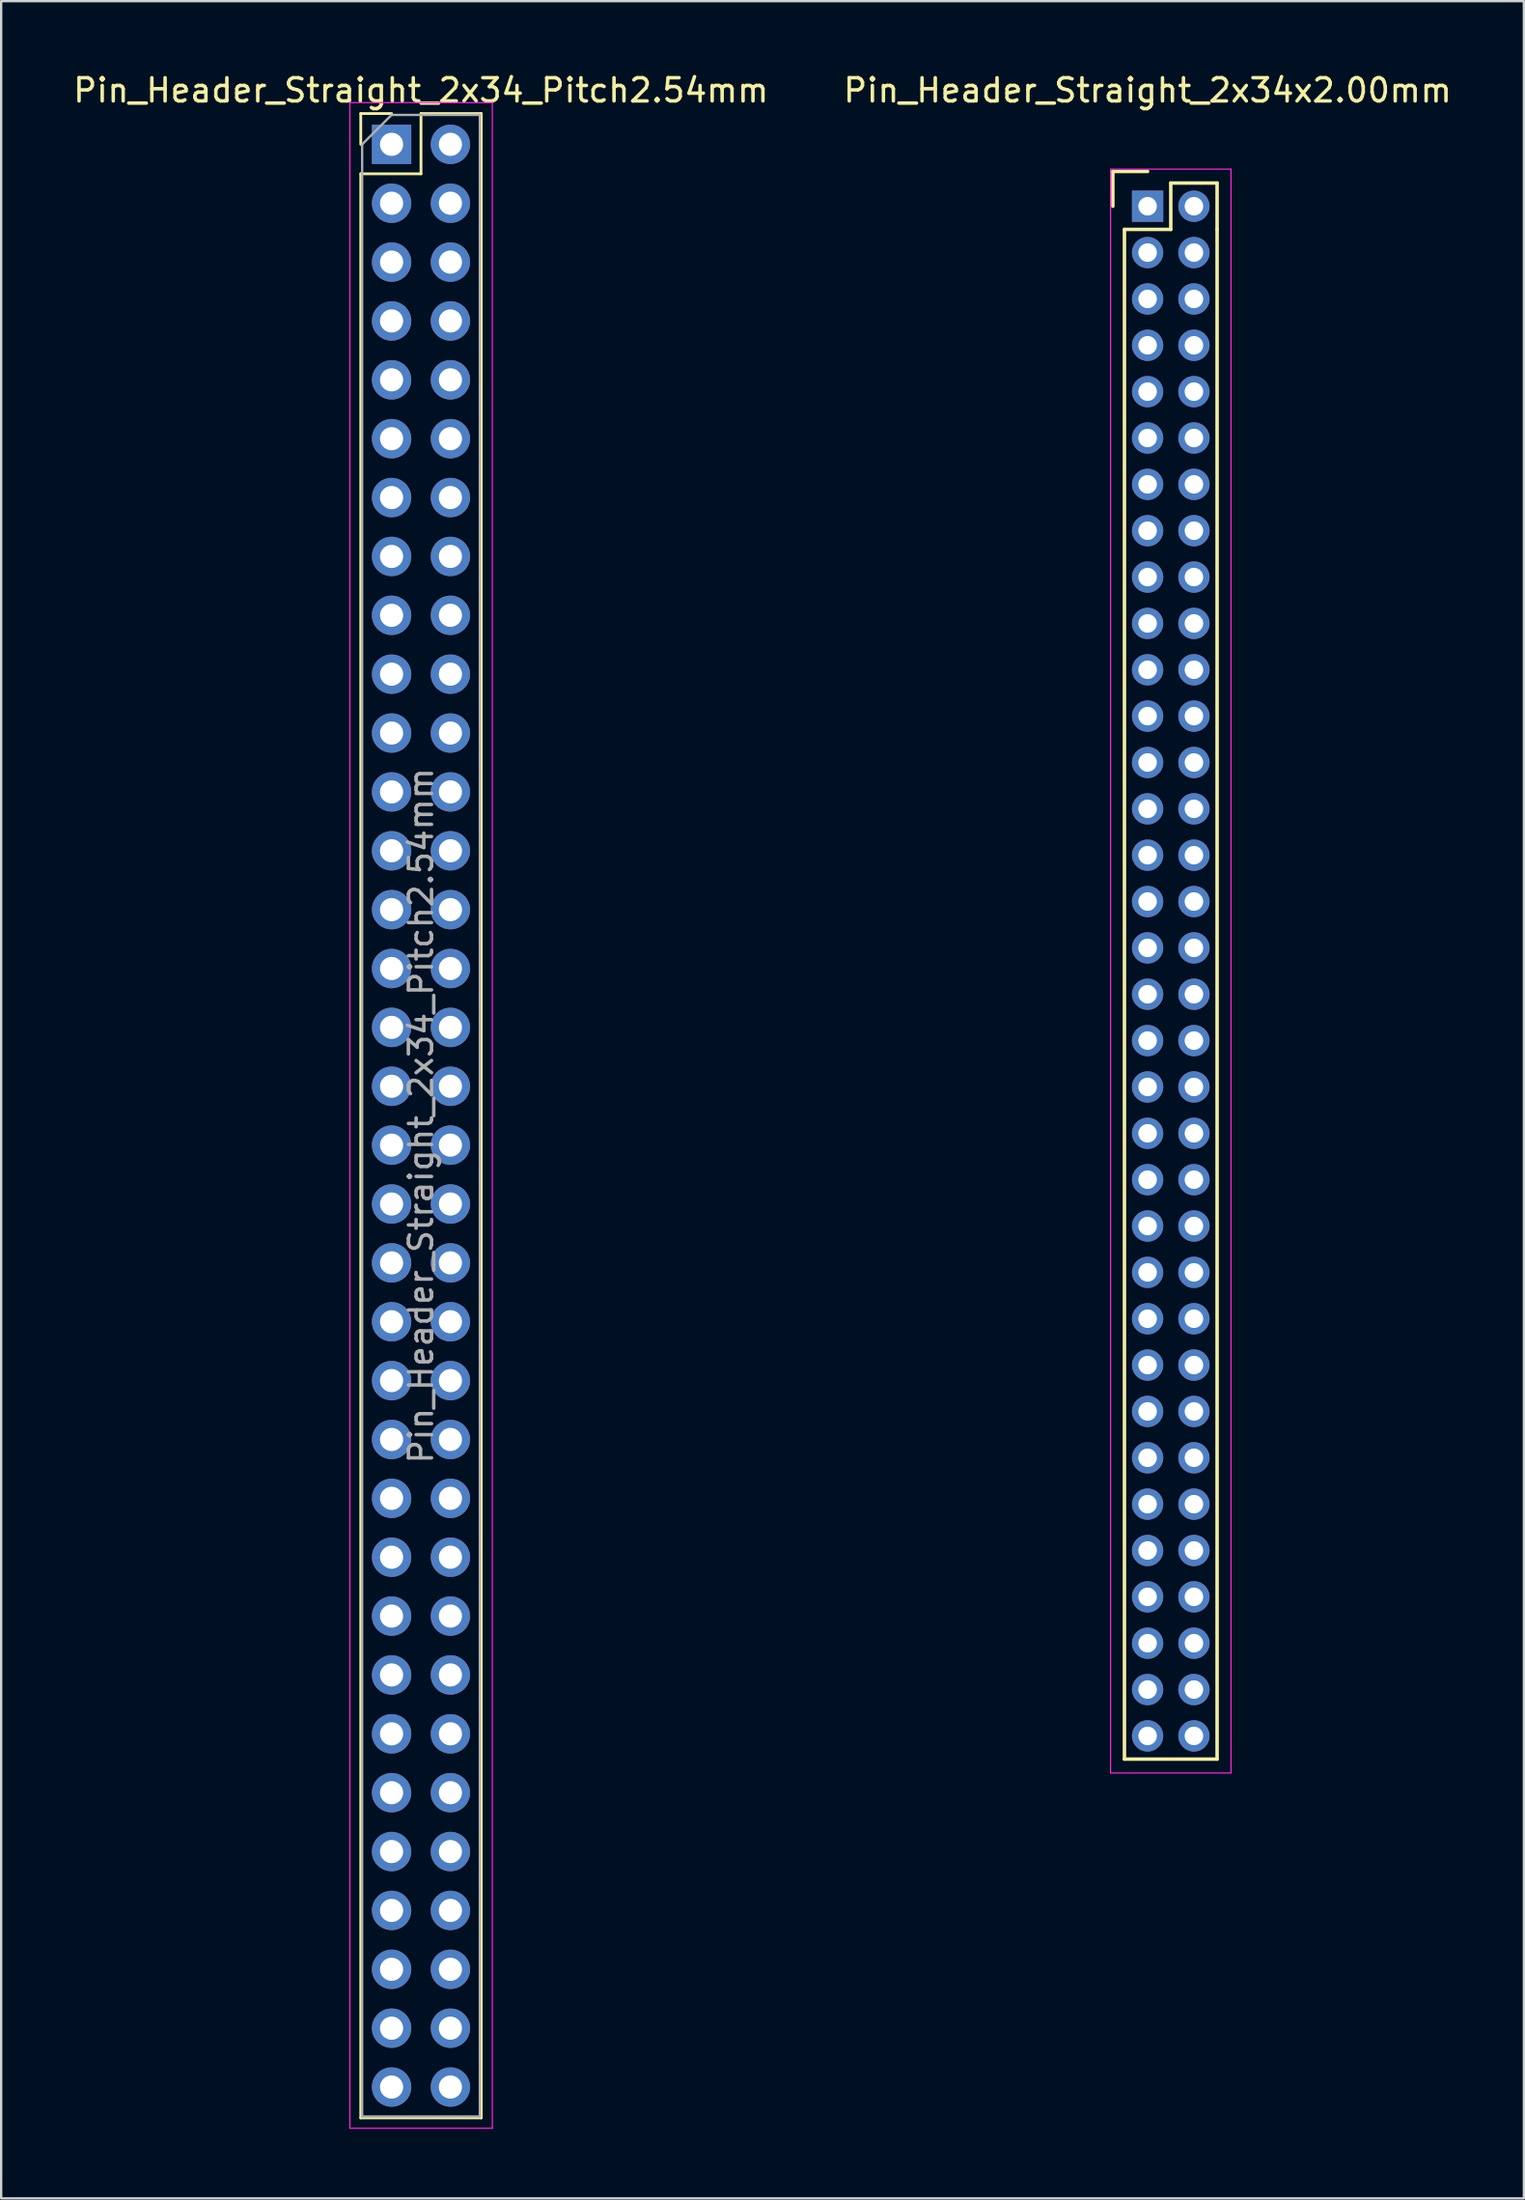
<source format=kicad_pcb>
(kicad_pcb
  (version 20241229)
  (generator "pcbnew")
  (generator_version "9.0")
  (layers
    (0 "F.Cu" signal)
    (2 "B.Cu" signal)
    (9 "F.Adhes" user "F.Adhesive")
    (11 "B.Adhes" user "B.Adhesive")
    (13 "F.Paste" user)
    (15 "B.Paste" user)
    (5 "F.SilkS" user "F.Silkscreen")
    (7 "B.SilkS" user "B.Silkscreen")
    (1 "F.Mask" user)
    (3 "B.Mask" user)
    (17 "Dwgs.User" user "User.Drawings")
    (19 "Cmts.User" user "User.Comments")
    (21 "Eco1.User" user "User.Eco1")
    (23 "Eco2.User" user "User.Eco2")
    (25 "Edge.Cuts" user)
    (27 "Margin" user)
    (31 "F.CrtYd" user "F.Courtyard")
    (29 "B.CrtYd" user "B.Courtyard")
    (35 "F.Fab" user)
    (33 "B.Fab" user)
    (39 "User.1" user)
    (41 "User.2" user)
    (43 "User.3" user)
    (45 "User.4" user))
  (footprint "Pin_Header_Straight_2x34x2.00mm"
    (layer "F.Cu")
    (at 46.494 5.848)
    (property "Reference" "Pin_Header_Straight_2x34x2.00mm" (at 0 -5 0) (layer "F.SilkS") (effects (font (size 1 1) (thickness 0.15))))
    (attr through_hole)
    (fp_line (start -1.5 -1.5) (end 0 -1.5) (stroke (width 0.15) (type solid)) (layer "F.SilkS"))
    (fp_line (start -1.5 0) (end -1.5 -1.5) (stroke (width 0.15) (type solid)) (layer "F.SilkS"))
    (fp_line (start -1 1) (end 1 1) (stroke (width 0.15) (type solid)) (layer "F.SilkS"))
    (fp_line (start -1 67) (end -1 1) (stroke (width 0.15) (type solid)) (layer "F.SilkS"))
    (fp_line (start 1 -1) (end 3 -1) (stroke (width 0.15) (type solid)) (layer "F.SilkS"))
    (fp_line (start 1 1) (end 1 -1) (stroke (width 0.15) (type solid)) (layer "F.SilkS"))
    (fp_line (start 3 -1) (end 3 1) (stroke (width 0.15) (type solid)) (layer "F.SilkS"))
    (fp_line (start 3 1) (end 3 67) (stroke (width 0.15) (type solid)) (layer "F.SilkS"))
    (fp_line (start 3 67) (end -1 67) (stroke (width 0.15) (type solid)) (layer "F.SilkS"))
    (fp_line (start -1.6 -1.6) (end 3.6 -1.6) (stroke (width 0.05) (type solid)) (layer "F.CrtYd"))
    (fp_line (start -1.6 67.6) (end -1.6 -1.6) (stroke (width 0.05) (type solid)) (layer "F.CrtYd"))
    (fp_line (start 3.6 -1.6) (end 3.6 67.6) (stroke (width 0.05) (type solid)) (layer "F.CrtYd"))
    (fp_line (start 3.6 67.6) (end -1.6 67.6) (stroke (width 0.05) (type solid)) (layer "F.CrtYd"))
    (pad "1" thru_hole rect (at 0 0) (size 1.35 1.35) (drill 0.8) (layers "*.Cu" "*.Mask"))
    (pad "2" thru_hole circle (at 2 0) (size 1.35 1.35) (drill 0.8) (layers "*.Cu" "*.Mask"))
    (pad "3" thru_hole circle (at 0 2) (size 1.35 1.35) (drill 0.8) (layers "*.Cu" "*.Mask"))
    (pad "4" thru_hole circle (at 2 2) (size 1.35 1.35) (drill 0.8) (layers "*.Cu" "*.Mask"))
    (pad "5" thru_hole circle (at 0 4) (size 1.35 1.35) (drill 0.8) (layers "*.Cu" "*.Mask"))
    (pad "6" thru_hole circle (at 2 4) (size 1.35 1.35) (drill 0.8) (layers "*.Cu" "*.Mask"))
    (pad "7" thru_hole circle (at 0 6) (size 1.35 1.35) (drill 0.8) (layers "*.Cu" "*.Mask"))
    (pad "8" thru_hole circle (at 2 6) (size 1.35 1.35) (drill 0.8) (layers "*.Cu" "*.Mask"))
    (pad "9" thru_hole circle (at 0 8) (size 1.35 1.35) (drill 0.8) (layers "*.Cu" "*.Mask"))
    (pad "10" thru_hole circle (at 2 8) (size 1.35 1.35) (drill 0.8) (layers "*.Cu" "*.Mask"))
    (pad "11" thru_hole circle (at 0 10) (size 1.35 1.35) (drill 0.8) (layers "*.Cu" "*.Mask"))
    (pad "12" thru_hole circle (at 2 10) (size 1.35 1.35) (drill 0.8) (layers "*.Cu" "*.Mask"))
    (pad "13" thru_hole circle (at 0 12) (size 1.35 1.35) (drill 0.8) (layers "*.Cu" "*.Mask"))
    (pad "14" thru_hole circle (at 2 12) (size 1.35 1.35) (drill 0.8) (layers "*.Cu" "*.Mask"))
    (pad "15" thru_hole circle (at 0 14) (size 1.35 1.35) (drill 0.8) (layers "*.Cu" "*.Mask"))
    (pad "16" thru_hole circle (at 2 14) (size 1.35 1.35) (drill 0.8) (layers "*.Cu" "*.Mask"))
    (pad "17" thru_hole circle (at 0 16) (size 1.35 1.35) (drill 0.8) (layers "*.Cu" "*.Mask"))
    (pad "18" thru_hole circle (at 2 16) (size 1.35 1.35) (drill 0.8) (layers "*.Cu" "*.Mask"))
    (pad "19" thru_hole circle (at 0 18) (size 1.35 1.35) (drill 0.8) (layers "*.Cu" "*.Mask"))
    (pad "20" thru_hole circle (at 2 18) (size 1.35 1.35) (drill 0.8) (layers "*.Cu" "*.Mask"))
    (pad "21" thru_hole circle (at 0 20) (size 1.35 1.35) (drill 0.8) (layers "*.Cu" "*.Mask"))
    (pad "22" thru_hole circle (at 2 20) (size 1.35 1.35) (drill 0.8) (layers "*.Cu" "*.Mask"))
    (pad "23" thru_hole circle (at 0 22) (size 1.35 1.35) (drill 0.8) (layers "*.Cu" "*.Mask"))
    (pad "24" thru_hole circle (at 2 22) (size 1.35 1.35) (drill 0.8) (layers "*.Cu" "*.Mask"))
    (pad "25" thru_hole circle (at 0 24) (size 1.35 1.35) (drill 0.8) (layers "*.Cu" "*.Mask"))
    (pad "26" thru_hole circle (at 2 24) (size 1.35 1.35) (drill 0.8) (layers "*.Cu" "*.Mask"))
    (pad "27" thru_hole circle (at 0 26) (size 1.35 1.35) (drill 0.8) (layers "*.Cu" "*.Mask"))
    (pad "28" thru_hole circle (at 2 26) (size 1.35 1.35) (drill 0.8) (layers "*.Cu" "*.Mask"))
    (pad "29" thru_hole circle (at 0 28) (size 1.35 1.35) (drill 0.8) (layers "*.Cu" "*.Mask"))
    (pad "30" thru_hole circle (at 2 28) (size 1.35 1.35) (drill 0.8) (layers "*.Cu" "*.Mask"))
    (pad "31" thru_hole circle (at 0 30) (size 1.35 1.35) (drill 0.8) (layers "*.Cu" "*.Mask"))
    (pad "32" thru_hole circle (at 2 30) (size 1.35 1.35) (drill 0.8) (layers "*.Cu" "*.Mask"))
    (pad "33" thru_hole circle (at 0 32) (size 1.35 1.35) (drill 0.8) (layers "*.Cu" "*.Mask"))
    (pad "34" thru_hole circle (at 2 32) (size 1.35 1.35) (drill 0.8) (layers "*.Cu" "*.Mask"))
    (pad "35" thru_hole circle (at 0 34) (size 1.35 1.35) (drill 0.8) (layers "*.Cu" "*.Mask"))
    (pad "36" thru_hole circle (at 2 34) (size 1.35 1.35) (drill 0.8) (layers "*.Cu" "*.Mask"))
    (pad "37" thru_hole circle (at 0 36) (size 1.35 1.35) (drill 0.8) (layers "*.Cu" "*.Mask"))
    (pad "38" thru_hole circle (at 2 36) (size 1.35 1.35) (drill 0.8) (layers "*.Cu" "*.Mask"))
    (pad "39" thru_hole circle (at 0 38) (size 1.35 1.35) (drill 0.8) (layers "*.Cu" "*.Mask"))
    (pad "40" thru_hole circle (at 2 38) (size 1.35 1.35) (drill 0.8) (layers "*.Cu" "*.Mask"))
    (pad "41" thru_hole circle (at 0 40) (size 1.35 1.35) (drill 0.8) (layers "*.Cu" "*.Mask"))
    (pad "42" thru_hole circle (at 2 40) (size 1.35 1.35) (drill 0.8) (layers "*.Cu" "*.Mask"))
    (pad "43" thru_hole circle (at 0 42) (size 1.35 1.35) (drill 0.8) (layers "*.Cu" "*.Mask"))
    (pad "44" thru_hole circle (at 2 42) (size 1.35 1.35) (drill 0.8) (layers "*.Cu" "*.Mask"))
    (pad "45" thru_hole circle (at 0 44) (size 1.35 1.35) (drill 0.8) (layers "*.Cu" "*.Mask"))
    (pad "46" thru_hole circle (at 2 44) (size 1.35 1.35) (drill 0.8) (layers "*.Cu" "*.Mask"))
    (pad "47" thru_hole circle (at 0 46) (size 1.35 1.35) (drill 0.8) (layers "*.Cu" "*.Mask"))
    (pad "48" thru_hole circle (at 2 46) (size 1.35 1.35) (drill 0.8) (layers "*.Cu" "*.Mask"))
    (pad "49" thru_hole circle (at 0 48) (size 1.35 1.35) (drill 0.8) (layers "*.Cu" "*.Mask"))
    (pad "50" thru_hole circle (at 2 48) (size 1.35 1.35) (drill 0.8) (layers "*.Cu" "*.Mask"))
    (pad "51" thru_hole circle (at 0 50) (size 1.35 1.35) (drill 0.8) (layers "*.Cu" "*.Mask"))
    (pad "52" thru_hole circle (at 2 50) (size 1.35 1.35) (drill 0.8) (layers "*.Cu" "*.Mask"))
    (pad "53" thru_hole circle (at 0 52) (size 1.35 1.35) (drill 0.8) (layers "*.Cu" "*.Mask"))
    (pad "54" thru_hole circle (at 2 52) (size 1.35 1.35) (drill 0.8) (layers "*.Cu" "*.Mask"))
    (pad "55" thru_hole circle (at 0 54) (size 1.35 1.35) (drill 0.8) (layers "*.Cu" "*.Mask"))
    (pad "56" thru_hole circle (at 2 54) (size 1.35 1.35) (drill 0.8) (layers "*.Cu" "*.Mask"))
    (pad "57" thru_hole circle (at 0 56) (size 1.35 1.35) (drill 0.8) (layers "*.Cu" "*.Mask"))
    (pad "58" thru_hole circle (at 2 56) (size 1.35 1.35) (drill 0.8) (layers "*.Cu" "*.Mask"))
    (pad "59" thru_hole circle (at 0 58) (size 1.35 1.35) (drill 0.8) (layers "*.Cu" "*.Mask"))
    (pad "60" thru_hole circle (at 2 58) (size 1.35 1.35) (drill 0.8) (layers "*.Cu" "*.Mask"))
    (pad "61" thru_hole circle (at 0 60) (size 1.35 1.35) (drill 0.8) (layers "*.Cu" "*.Mask"))
    (pad "62" thru_hole circle (at 2 60) (size 1.35 1.35) (drill 0.8) (layers "*.Cu" "*.Mask"))
    (pad "63" thru_hole circle (at 0 62) (size 1.35 1.35) (drill 0.8) (layers "*.Cu" "*.Mask"))
    (pad "64" thru_hole circle (at 2 62) (size 1.35 1.35) (drill 0.8) (layers "*.Cu" "*.Mask"))
    (pad "65" thru_hole circle (at 0 64) (size 1.35 1.35) (drill 0.8) (layers "*.Cu" "*.Mask"))
    (pad "66" thru_hole circle (at 2 64) (size 1.35 1.35) (drill 0.8) (layers "*.Cu" "*.Mask"))
    (pad "67" thru_hole circle (at 0 66) (size 1.35 1.35) (drill 0.8) (layers "*.Cu" "*.Mask"))
    (pad "68" thru_hole circle (at 2 66) (size 1.35 1.35) (drill 0.8) (layers "*.Cu" "*.Mask")))
  (footprint "Pin_Header_Straight_2x34_Pitch2.54mm"
    (layer "F.Cu")
    (at 13.855 3.178)
    (property "Reference" "Pin_Header_Straight_2x34_Pitch2.54mm" (at 1.27 -2.33 0) (layer "F.SilkS") (effects (font (size 1 1) (thickness 0.15))))
    (attr through_hole)
    (fp_line (start -1.33 -1.33) (end 0 -1.33) (stroke (width 0.12) (type solid)) (layer "F.SilkS"))
    (fp_line (start -1.33 0) (end -1.33 -1.33) (stroke (width 0.12) (type solid)) (layer "F.SilkS"))
    (fp_line (start -1.33 1.27) (end -1.33 85.15) (stroke (width 0.12) (type solid)) (layer "F.SilkS"))
    (fp_line (start -1.33 1.27) (end 1.27 1.27) (stroke (width 0.12) (type solid)) (layer "F.SilkS"))
    (fp_line (start -1.33 85.15) (end 3.87 85.15) (stroke (width 0.12) (type solid)) (layer "F.SilkS"))
    (fp_line (start 1.27 -1.33) (end 3.87 -1.33) (stroke (width 0.12) (type solid)) (layer "F.SilkS"))
    (fp_line (start 1.27 1.27) (end 1.27 -1.33) (stroke (width 0.12) (type solid)) (layer "F.SilkS"))
    (fp_line (start 3.87 -1.33) (end 3.87 85.15) (stroke (width 0.12) (type solid)) (layer "F.SilkS"))
    (fp_line (start -1.8 -1.8) (end -1.8 85.6) (stroke (width 0.05) (type solid)) (layer "F.CrtYd"))
    (fp_line (start -1.8 85.6) (end 4.35 85.6) (stroke (width 0.05) (type solid)) (layer "F.CrtYd"))
    (fp_line (start 4.35 -1.8) (end -1.8 -1.8) (stroke (width 0.05) (type solid)) (layer "F.CrtYd"))
    (fp_line (start 4.35 85.6) (end 4.35 -1.8) (stroke (width 0.05) (type solid)) (layer "F.CrtYd"))
    (fp_line (start -1.27 0) (end 0 -1.27) (stroke (width 0.1) (type solid)) (layer "F.Fab"))
    (fp_line (start -1.27 85.09) (end -1.27 0) (stroke (width 0.1) (type solid)) (layer "F.Fab"))
    (fp_line (start 0 -1.27) (end 3.81 -1.27) (stroke (width 0.1) (type solid)) (layer "F.Fab"))
    (fp_line (start 3.81 -1.27) (end 3.81 85.09) (stroke (width 0.1) (type solid)) (layer "F.Fab"))
    (fp_line (start 3.81 85.09) (end -1.27 85.09) (stroke (width 0.1) (type solid)) (layer "F.Fab"))
    (fp_text user "${REFERENCE}" (at 1.27 41.91 90) (layer "F.Fab") (effects (font (size 1 1) (thickness 0.15))))
    (pad "1" thru_hole rect (at 0 0) (size 1.7 1.7) (drill 1) (layers "*.Cu" "*.Mask"))
    (pad "2" thru_hole oval (at 2.54 0) (size 1.7 1.7) (drill 1) (layers "*.Cu" "*.Mask"))
    (pad "3" thru_hole oval (at 0 2.54) (size 1.7 1.7) (drill 1) (layers "*.Cu" "*.Mask"))
    (pad "4" thru_hole oval (at 2.54 2.54) (size 1.7 1.7) (drill 1) (layers "*.Cu" "*.Mask"))
    (pad "5" thru_hole oval (at 0 5.08) (size 1.7 1.7) (drill 1) (layers "*.Cu" "*.Mask"))
    (pad "6" thru_hole oval (at 2.54 5.08) (size 1.7 1.7) (drill 1) (layers "*.Cu" "*.Mask"))
    (pad "7" thru_hole oval (at 0 7.62) (size 1.7 1.7) (drill 1) (layers "*.Cu" "*.Mask"))
    (pad "8" thru_hole oval (at 2.54 7.62) (size 1.7 1.7) (drill 1) (layers "*.Cu" "*.Mask"))
    (pad "9" thru_hole oval (at 0 10.16) (size 1.7 1.7) (drill 1) (layers "*.Cu" "*.Mask"))
    (pad "10" thru_hole oval (at 2.54 10.16) (size 1.7 1.7) (drill 1) (layers "*.Cu" "*.Mask"))
    (pad "11" thru_hole oval (at 0 12.7) (size 1.7 1.7) (drill 1) (layers "*.Cu" "*.Mask"))
    (pad "12" thru_hole oval (at 2.54 12.7) (size 1.7 1.7) (drill 1) (layers "*.Cu" "*.Mask"))
    (pad "13" thru_hole oval (at 0 15.24) (size 1.7 1.7) (drill 1) (layers "*.Cu" "*.Mask"))
    (pad "14" thru_hole oval (at 2.54 15.24) (size 1.7 1.7) (drill 1) (layers "*.Cu" "*.Mask"))
    (pad "15" thru_hole oval (at 0 17.78) (size 1.7 1.7) (drill 1) (layers "*.Cu" "*.Mask"))
    (pad "16" thru_hole oval (at 2.54 17.78) (size 1.7 1.7) (drill 1) (layers "*.Cu" "*.Mask"))
    (pad "17" thru_hole oval (at 0 20.32) (size 1.7 1.7) (drill 1) (layers "*.Cu" "*.Mask"))
    (pad "18" thru_hole oval (at 2.54 20.32) (size 1.7 1.7) (drill 1) (layers "*.Cu" "*.Mask"))
    (pad "19" thru_hole oval (at 0 22.86) (size 1.7 1.7) (drill 1) (layers "*.Cu" "*.Mask"))
    (pad "20" thru_hole oval (at 2.54 22.86) (size 1.7 1.7) (drill 1) (layers "*.Cu" "*.Mask"))
    (pad "21" thru_hole oval (at 0 25.4) (size 1.7 1.7) (drill 1) (layers "*.Cu" "*.Mask"))
    (pad "22" thru_hole oval (at 2.54 25.4) (size 1.7 1.7) (drill 1) (layers "*.Cu" "*.Mask"))
    (pad "23" thru_hole oval (at 0 27.94) (size 1.7 1.7) (drill 1) (layers "*.Cu" "*.Mask"))
    (pad "24" thru_hole oval (at 2.54 27.94) (size 1.7 1.7) (drill 1) (layers "*.Cu" "*.Mask"))
    (pad "25" thru_hole oval (at 0 30.48) (size 1.7 1.7) (drill 1) (layers "*.Cu" "*.Mask"))
    (pad "26" thru_hole oval (at 2.54 30.48) (size 1.7 1.7) (drill 1) (layers "*.Cu" "*.Mask"))
    (pad "27" thru_hole oval (at 0 33.02) (size 1.7 1.7) (drill 1) (layers "*.Cu" "*.Mask"))
    (pad "28" thru_hole oval (at 2.54 33.02) (size 1.7 1.7) (drill 1) (layers "*.Cu" "*.Mask"))
    (pad "29" thru_hole oval (at 0 35.56) (size 1.7 1.7) (drill 1) (layers "*.Cu" "*.Mask"))
    (pad "30" thru_hole oval (at 2.54 35.56) (size 1.7 1.7) (drill 1) (layers "*.Cu" "*.Mask"))
    (pad "31" thru_hole oval (at 0 38.1) (size 1.7 1.7) (drill 1) (layers "*.Cu" "*.Mask"))
    (pad "32" thru_hole oval (at 2.54 38.1) (size 1.7 1.7) (drill 1) (layers "*.Cu" "*.Mask"))
    (pad "33" thru_hole oval (at 0 40.64) (size 1.7 1.7) (drill 1) (layers "*.Cu" "*.Mask"))
    (pad "34" thru_hole oval (at 2.54 40.64) (size 1.7 1.7) (drill 1) (layers "*.Cu" "*.Mask"))
    (pad "35" thru_hole oval (at 0 43.18) (size 1.7 1.7) (drill 1) (layers "*.Cu" "*.Mask"))
    (pad "36" thru_hole oval (at 2.54 43.18) (size 1.7 1.7) (drill 1) (layers "*.Cu" "*.Mask"))
    (pad "37" thru_hole oval (at 0 45.72) (size 1.7 1.7) (drill 1) (layers "*.Cu" "*.Mask"))
    (pad "38" thru_hole oval (at 2.54 45.72) (size 1.7 1.7) (drill 1) (layers "*.Cu" "*.Mask"))
    (pad "39" thru_hole oval (at 0 48.26) (size 1.7 1.7) (drill 1) (layers "*.Cu" "*.Mask"))
    (pad "40" thru_hole oval (at 2.54 48.26) (size 1.7 1.7) (drill 1) (layers "*.Cu" "*.Mask"))
    (pad "41" thru_hole oval (at 0 50.8) (size 1.7 1.7) (drill 1) (layers "*.Cu" "*.Mask"))
    (pad "42" thru_hole oval (at 2.54 50.8) (size 1.7 1.7) (drill 1) (layers "*.Cu" "*.Mask"))
    (pad "43" thru_hole oval (at 0 53.34) (size 1.7 1.7) (drill 1) (layers "*.Cu" "*.Mask"))
    (pad "44" thru_hole oval (at 2.54 53.34) (size 1.7 1.7) (drill 1) (layers "*.Cu" "*.Mask"))
    (pad "45" thru_hole oval (at 0 55.88) (size 1.7 1.7) (drill 1) (layers "*.Cu" "*.Mask"))
    (pad "46" thru_hole oval (at 2.54 55.88) (size 1.7 1.7) (drill 1) (layers "*.Cu" "*.Mask"))
    (pad "47" thru_hole oval (at 0 58.42) (size 1.7 1.7) (drill 1) (layers "*.Cu" "*.Mask"))
    (pad "48" thru_hole oval (at 2.54 58.42) (size 1.7 1.7) (drill 1) (layers "*.Cu" "*.Mask"))
    (pad "49" thru_hole oval (at 0 60.96) (size 1.7 1.7) (drill 1) (layers "*.Cu" "*.Mask"))
    (pad "50" thru_hole oval (at 2.54 60.96) (size 1.7 1.7) (drill 1) (layers "*.Cu" "*.Mask"))
    (pad "51" thru_hole oval (at 0 63.5) (size 1.7 1.7) (drill 1) (layers "*.Cu" "*.Mask"))
    (pad "52" thru_hole oval (at 2.54 63.5) (size 1.7 1.7) (drill 1) (layers "*.Cu" "*.Mask"))
    (pad "53" thru_hole oval (at 0 66.04) (size 1.7 1.7) (drill 1) (layers "*.Cu" "*.Mask"))
    (pad "54" thru_hole oval (at 2.54 66.04) (size 1.7 1.7) (drill 1) (layers "*.Cu" "*.Mask"))
    (pad "55" thru_hole oval (at 0 68.58) (size 1.7 1.7) (drill 1) (layers "*.Cu" "*.Mask"))
    (pad "56" thru_hole oval (at 2.54 68.58) (size 1.7 1.7) (drill 1) (layers "*.Cu" "*.Mask"))
    (pad "57" thru_hole oval (at 0 71.12) (size 1.7 1.7) (drill 1) (layers "*.Cu" "*.Mask"))
    (pad "58" thru_hole oval (at 2.54 71.12) (size 1.7 1.7) (drill 1) (layers "*.Cu" "*.Mask"))
    (pad "59" thru_hole oval (at 0 73.66) (size 1.7 1.7) (drill 1) (layers "*.Cu" "*.Mask"))
    (pad "60" thru_hole oval (at 2.54 73.66) (size 1.7 1.7) (drill 1) (layers "*.Cu" "*.Mask"))
    (pad "61" thru_hole oval (at 0 76.2) (size 1.7 1.7) (drill 1) (layers "*.Cu" "*.Mask"))
    (pad "62" thru_hole oval (at 2.54 76.2) (size 1.7 1.7) (drill 1) (layers "*.Cu" "*.Mask"))
    (pad "63" thru_hole oval (at 0 78.74) (size 1.7 1.7) (drill 1) (layers "*.Cu" "*.Mask"))
    (pad "64" thru_hole oval (at 2.54 78.74) (size 1.7 1.7) (drill 1) (layers "*.Cu" "*.Mask"))
    (pad "65" thru_hole oval (at 0 81.28) (size 1.7 1.7) (drill 1) (layers "*.Cu" "*.Mask"))
    (pad "66" thru_hole oval (at 2.54 81.28) (size 1.7 1.7) (drill 1) (layers "*.Cu" "*.Mask"))
    (pad "67" thru_hole oval (at 0 83.82) (size 1.7 1.7) (drill 1) (layers "*.Cu" "*.Mask"))
    (pad "68" thru_hole oval (at 2.54 83.82) (size 1.7 1.7) (drill 1) (layers "*.Cu" "*.Mask")))
  (gr_rect
    (start -3 -3)
    (end 62.738 91.803)
    (stroke (width 0.1) (type default))
    (fill no)
    (layer "Edge.Cuts")))
</source>
